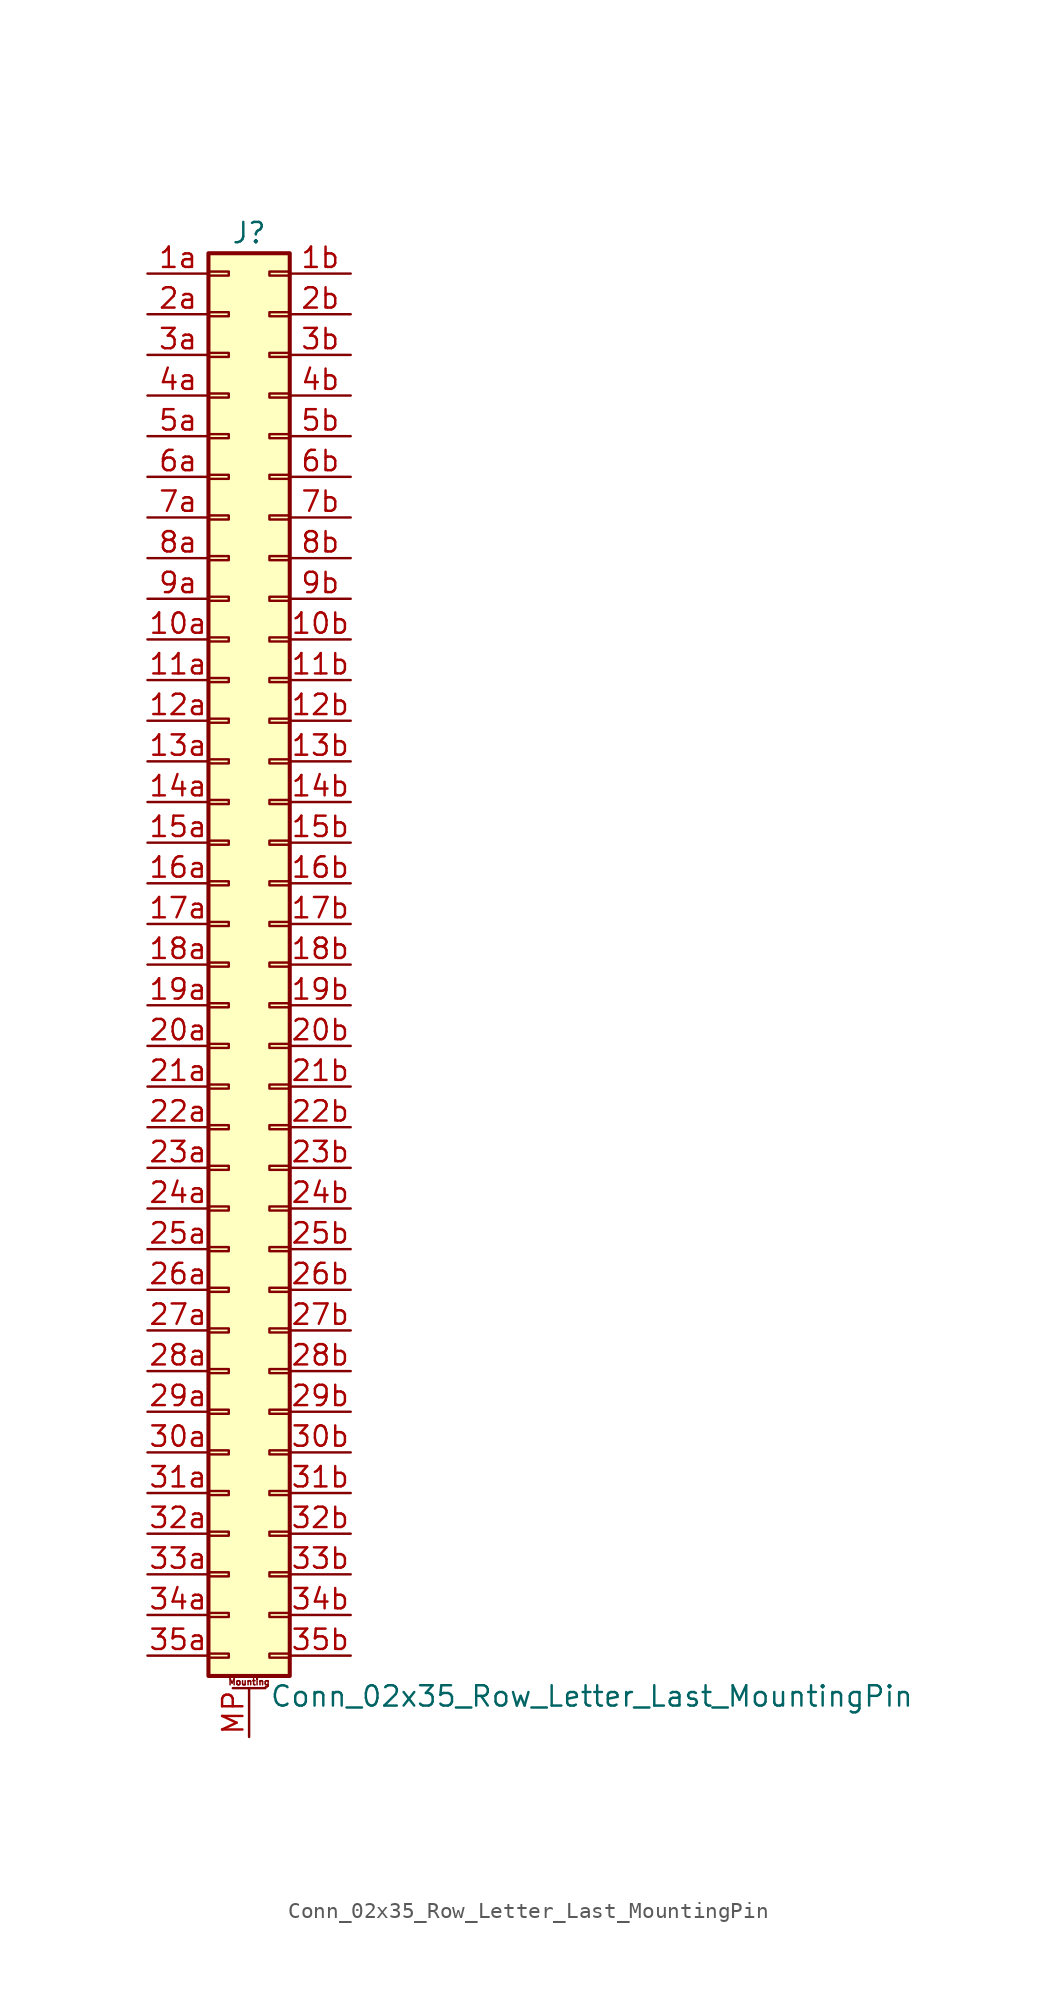
<source format=kicad_sym>
(kicad_symbol_lib
  (version 20201005)
  (generator kicad_symbol_editor)
  (symbol "Connector_Generic_MountingPin:Conn_02x35_Row_Letter_Last_MountingPin"
    (pin_names
      (offset 1.016) hide)
    (property "Reference" "J"
      (at 1.27 45.72 0)
      (effects (font (size 1.27 1.27))))
    (property "Value" "Conn_02x35_Row_Letter_Last_MountingPin"
      (at 2.54 -45.72 0)
      (effects (font (size 1.27 1.27)) (justify left)))
    (symbol "Conn_02x35_Row_Letter_Last_MountingPin_1_1"
      (text "Mounting" (at 1.27 -44.831 0) (effects (font (size 0.381 0.381))))
      (rectangle (start -1.27 -27.813) (end 0 -28.067) (stroke (width 0.152)) (fill (type none)))
      (rectangle (start -1.27 -30.353) (end 0 -30.607) (stroke (width 0.152)) (fill (type none)))
      (rectangle (start -1.27 -32.893) (end 0 -33.147) (stroke (width 0.152)) (fill (type none)))
      (rectangle (start -1.27 -35.433) (end 0 -35.687) (stroke (width 0.152)) (fill (type none)))
      (rectangle (start -1.27 -37.973) (end 0 -38.227) (stroke (width 0.152)) (fill (type none)))
      (rectangle (start -1.27 -40.513) (end 0 -40.767) (stroke (width 0.152)) (fill (type none)))
      (rectangle (start -1.27 -43.053) (end 0 -43.307) (stroke (width 0.152)) (fill (type none)))
      (rectangle (start -1.27 -4.953) (end 0 -5.207) (stroke (width 0.152)) (fill (type none)))
      (rectangle (start -1.27 -7.493) (end 0 -7.747) (stroke (width 0.152)) (fill (type none)))
      (rectangle (start -1.27 -10.033) (end 0 -10.287) (stroke (width 0.152)) (fill (type none)))
      (rectangle (start -1.27 -12.573) (end 0 -12.827) (stroke (width 0.152)) (fill (type none)))
      (rectangle (start -1.27 -15.113) (end 0 -15.367) (stroke (width 0.152)) (fill (type none)))
      (rectangle (start -1.27 -17.653) (end 0 -17.907) (stroke (width 0.152)) (fill (type none)))
      (rectangle (start -1.27 -20.193) (end 0 -20.447) (stroke (width 0.152)) (fill (type none)))
      (rectangle (start -1.27 -22.733) (end 0 -22.987) (stroke (width 0.152)) (fill (type none)))
      (rectangle (start -1.27 -2.413) (end 0 -2.667) (stroke (width 0.152)) (fill (type none)))
      (rectangle (start -1.27 -25.273) (end 0 -25.527) (stroke (width 0.152)) (fill (type none)))
      (rectangle (start -1.27 25.527) (end 0 25.273) (stroke (width 0.152)) (fill (type none)))
      (rectangle (start -1.27 2.667) (end 0 2.413) (stroke (width 0.152)) (fill (type none)))
      (rectangle (start -1.27 28.067) (end 0 27.813) (stroke (width 0.152)) (fill (type none)))
      (rectangle (start -1.27 30.607) (end 0 30.353) (stroke (width 0.152)) (fill (type none)))
      (rectangle (start -1.27 33.147) (end 0 32.893) (stroke (width 0.152)) (fill (type none)))
      (rectangle (start -1.27 35.687) (end 0 35.433) (stroke (width 0.152)) (fill (type none)))
      (rectangle (start -1.27 38.227) (end 0 37.973) (stroke (width 0.152)) (fill (type none)))
      (rectangle (start -1.27 40.767) (end 0 40.513) (stroke (width 0.152)) (fill (type none)))
      (rectangle (start -1.27 43.307) (end 0 43.053) (stroke (width 0.152)) (fill (type none)))
      (rectangle (start -1.27 44.45) (end 3.81 -44.45) (stroke (width 0.254)) (fill (type background)))
      (rectangle (start -1.27 5.207) (end 0 4.953) (stroke (width 0.152)) (fill (type none)))
      (rectangle (start -1.27 7.747) (end 0 7.493) (stroke (width 0.152)) (fill (type none)))
      (rectangle (start -1.27 10.287) (end 0 10.033) (stroke (width 0.152)) (fill (type none)))
      (rectangle (start -1.27 0.127) (end 0 -0.127) (stroke (width 0.152)) (fill (type none)))
      (rectangle (start -1.27 12.827) (end 0 12.573) (stroke (width 0.152)) (fill (type none)))
      (rectangle (start -1.27 15.367) (end 0 15.113) (stroke (width 0.152)) (fill (type none)))
      (rectangle (start -1.27 17.907) (end 0 17.653) (stroke (width 0.152)) (fill (type none)))
      (rectangle (start -1.27 20.447) (end 0 20.193) (stroke (width 0.152)) (fill (type none)))
      (rectangle (start -1.27 22.987) (end 0 22.733) (stroke (width 0.152)) (fill (type none)))
      (rectangle (start 3.81 -27.813) (end 2.54 -28.067) (stroke (width 0.152)) (fill (type none)))
      (rectangle (start 3.81 -30.353) (end 2.54 -30.607) (stroke (width 0.152)) (fill (type none)))
      (rectangle (start 3.81 -32.893) (end 2.54 -33.147) (stroke (width 0.152)) (fill (type none)))
      (rectangle (start 3.81 -35.433) (end 2.54 -35.687) (stroke (width 0.152)) (fill (type none)))
      (rectangle (start 3.81 -37.973) (end 2.54 -38.227) (stroke (width 0.152)) (fill (type none)))
      (rectangle (start 3.81 -40.513) (end 2.54 -40.767) (stroke (width 0.152)) (fill (type none)))
      (rectangle (start 3.81 -43.053) (end 2.54 -43.307) (stroke (width 0.152)) (fill (type none)))
      (rectangle (start 3.81 -4.953) (end 2.54 -5.207) (stroke (width 0.152)) (fill (type none)))
      (rectangle (start 3.81 -7.493) (end 2.54 -7.747) (stroke (width 0.152)) (fill (type none)))
      (rectangle (start 3.81 -10.033) (end 2.54 -10.287) (stroke (width 0.152)) (fill (type none)))
      (rectangle (start 3.81 -12.573) (end 2.54 -12.827) (stroke (width 0.152)) (fill (type none)))
      (rectangle (start 3.81 -15.113) (end 2.54 -15.367) (stroke (width 0.152)) (fill (type none)))
      (rectangle (start 3.81 -17.653) (end 2.54 -17.907) (stroke (width 0.152)) (fill (type none)))
      (rectangle (start 3.81 -20.193) (end 2.54 -20.447) (stroke (width 0.152)) (fill (type none)))
      (rectangle (start 3.81 -22.733) (end 2.54 -22.987) (stroke (width 0.152)) (fill (type none)))
      (rectangle (start 3.81 -2.413) (end 2.54 -2.667) (stroke (width 0.152)) (fill (type none)))
      (rectangle (start 3.81 -25.273) (end 2.54 -25.527) (stroke (width 0.152)) (fill (type none)))
      (rectangle (start 3.81 25.527) (end 2.54 25.273) (stroke (width 0.152)) (fill (type none)))
      (rectangle (start 3.81 2.667) (end 2.54 2.413) (stroke (width 0.152)) (fill (type none)))
      (rectangle (start 3.81 28.067) (end 2.54 27.813) (stroke (width 0.152)) (fill (type none)))
      (rectangle (start 3.81 30.607) (end 2.54 30.353) (stroke (width 0.152)) (fill (type none)))
      (rectangle (start 3.81 33.147) (end 2.54 32.893) (stroke (width 0.152)) (fill (type none)))
      (rectangle (start 3.81 35.687) (end 2.54 35.433) (stroke (width 0.152)) (fill (type none)))
      (rectangle (start 3.81 38.227) (end 2.54 37.973) (stroke (width 0.152)) (fill (type none)))
      (rectangle (start 3.81 40.767) (end 2.54 40.513) (stroke (width 0.152)) (fill (type none)))
      (rectangle (start 3.81 43.307) (end 2.54 43.053) (stroke (width 0.152)) (fill (type none)))
      (rectangle (start 3.81 5.207) (end 2.54 4.953) (stroke (width 0.152)) (fill (type none)))
      (rectangle (start 3.81 7.747) (end 2.54 7.493) (stroke (width 0.152)) (fill (type none)))
      (rectangle (start 3.81 10.287) (end 2.54 10.033) (stroke (width 0.152)) (fill (type none)))
      (rectangle (start 3.81 0.127) (end 2.54 -0.127) (stroke (width 0.152)) (fill (type none)))
      (rectangle (start 3.81 12.827) (end 2.54 12.573) (stroke (width 0.152)) (fill (type none)))
      (rectangle (start 3.81 15.367) (end 2.54 15.113) (stroke (width 0.152)) (fill (type none)))
      (rectangle (start 3.81 17.907) (end 2.54 17.653) (stroke (width 0.152)) (fill (type none)))
      (rectangle (start 3.81 20.447) (end 2.54 20.193) (stroke (width 0.152)) (fill (type none)))
      (rectangle (start 3.81 22.987) (end 2.54 22.733) (stroke (width 0.152)) (fill (type none)))
      (polyline (pts (xy 0.254 -45.212) (xy 2.286 -45.212)) (stroke (width 0.152)) (fill (type none)))
      (pin passive line (at 1.27 -48.26 90) (length 3.048) (name "MountPin" (effects (font (size 1.27 1.27)))) (number "MP" (effects (font (size 1.27 1.27)))))
      (pin passive line (at -5.08 20.32 0) (length 3.81) (name "Pin_10a" (effects (font (size 1.27 1.27)))) (number "10a" (effects (font (size 1.27 1.27)))))
      (pin passive line (at 7.62 20.32 180) (length 3.81) (name "Pin_10b" (effects (font (size 1.27 1.27)))) (number "10b" (effects (font (size 1.27 1.27)))))
      (pin passive line (at -5.08 17.78 0) (length 3.81) (name "Pin_11a" (effects (font (size 1.27 1.27)))) (number "11a" (effects (font (size 1.27 1.27)))))
      (pin passive line (at 7.62 17.78 180) (length 3.81) (name "Pin_11b" (effects (font (size 1.27 1.27)))) (number "11b" (effects (font (size 1.27 1.27)))))
      (pin passive line (at -5.08 15.24 0) (length 3.81) (name "Pin_12a" (effects (font (size 1.27 1.27)))) (number "12a" (effects (font (size 1.27 1.27)))))
      (pin passive line (at 7.62 15.24 180) (length 3.81) (name "Pin_12b" (effects (font (size 1.27 1.27)))) (number "12b" (effects (font (size 1.27 1.27)))))
      (pin passive line (at -5.08 12.7 0) (length 3.81) (name "Pin_13a" (effects (font (size 1.27 1.27)))) (number "13a" (effects (font (size 1.27 1.27)))))
      (pin passive line (at 7.62 12.7 180) (length 3.81) (name "Pin_13b" (effects (font (size 1.27 1.27)))) (number "13b" (effects (font (size 1.27 1.27)))))
      (pin passive line (at -5.08 10.16 0) (length 3.81) (name "Pin_14a" (effects (font (size 1.27 1.27)))) (number "14a" (effects (font (size 1.27 1.27)))))
      (pin passive line (at 7.62 10.16 180) (length 3.81) (name "Pin_14b" (effects (font (size 1.27 1.27)))) (number "14b" (effects (font (size 1.27 1.27)))))
      (pin passive line (at -5.08 7.62 0) (length 3.81) (name "Pin_15a" (effects (font (size 1.27 1.27)))) (number "15a" (effects (font (size 1.27 1.27)))))
      (pin passive line (at 7.62 7.62 180) (length 3.81) (name "Pin_15b" (effects (font (size 1.27 1.27)))) (number "15b" (effects (font (size 1.27 1.27)))))
      (pin passive line (at -5.08 5.08 0) (length 3.81) (name "Pin_16a" (effects (font (size 1.27 1.27)))) (number "16a" (effects (font (size 1.27 1.27)))))
      (pin passive line (at 7.62 5.08 180) (length 3.81) (name "Pin_16b" (effects (font (size 1.27 1.27)))) (number "16b" (effects (font (size 1.27 1.27)))))
      (pin passive line (at -5.08 2.54 0) (length 3.81) (name "Pin_17a" (effects (font (size 1.27 1.27)))) (number "17a" (effects (font (size 1.27 1.27)))))
      (pin passive line (at 7.62 2.54 180) (length 3.81) (name "Pin_17b" (effects (font (size 1.27 1.27)))) (number "17b" (effects (font (size 1.27 1.27)))))
      (pin passive line (at -5.08 0 0) (length 3.81) (name "Pin_18a" (effects (font (size 1.27 1.27)))) (number "18a" (effects (font (size 1.27 1.27)))))
      (pin passive line (at 7.62 0 180) (length 3.81) (name "Pin_18b" (effects (font (size 1.27 1.27)))) (number "18b" (effects (font (size 1.27 1.27)))))
      (pin passive line (at -5.08 -2.54 0) (length 3.81) (name "Pin_19a" (effects (font (size 1.27 1.27)))) (number "19a" (effects (font (size 1.27 1.27)))))
      (pin passive line (at 7.62 -2.54 180) (length 3.81) (name "Pin_19b" (effects (font (size 1.27 1.27)))) (number "19b" (effects (font (size 1.27 1.27)))))
      (pin passive line (at -5.08 43.18 0) (length 3.81) (name "Pin_1a" (effects (font (size 1.27 1.27)))) (number "1a" (effects (font (size 1.27 1.27)))))
      (pin passive line (at 7.62 43.18 180) (length 3.81) (name "Pin_1b" (effects (font (size 1.27 1.27)))) (number "1b" (effects (font (size 1.27 1.27)))))
      (pin passive line (at -5.08 -5.08 0) (length 3.81) (name "Pin_20a" (effects (font (size 1.27 1.27)))) (number "20a" (effects (font (size 1.27 1.27)))))
      (pin passive line (at 7.62 -5.08 180) (length 3.81) (name "Pin_20b" (effects (font (size 1.27 1.27)))) (number "20b" (effects (font (size 1.27 1.27)))))
      (pin passive line (at -5.08 -7.62 0) (length 3.81) (name "Pin_21a" (effects (font (size 1.27 1.27)))) (number "21a" (effects (font (size 1.27 1.27)))))
      (pin passive line (at 7.62 -7.62 180) (length 3.81) (name "Pin_21b" (effects (font (size 1.27 1.27)))) (number "21b" (effects (font (size 1.27 1.27)))))
      (pin passive line (at -5.08 -10.16 0) (length 3.81) (name "Pin_22a" (effects (font (size 1.27 1.27)))) (number "22a" (effects (font (size 1.27 1.27)))))
      (pin passive line (at 7.62 -10.16 180) (length 3.81) (name "Pin_22b" (effects (font (size 1.27 1.27)))) (number "22b" (effects (font (size 1.27 1.27)))))
      (pin passive line (at -5.08 -12.7 0) (length 3.81) (name "Pin_23a" (effects (font (size 1.27 1.27)))) (number "23a" (effects (font (size 1.27 1.27)))))
      (pin passive line (at 7.62 -12.7 180) (length 3.81) (name "Pin_23b" (effects (font (size 1.27 1.27)))) (number "23b" (effects (font (size 1.27 1.27)))))
      (pin passive line (at -5.08 -15.24 0) (length 3.81) (name "Pin_24a" (effects (font (size 1.27 1.27)))) (number "24a" (effects (font (size 1.27 1.27)))))
      (pin passive line (at 7.62 -15.24 180) (length 3.81) (name "Pin_24b" (effects (font (size 1.27 1.27)))) (number "24b" (effects (font (size 1.27 1.27)))))
      (pin passive line (at -5.08 -17.78 0) (length 3.81) (name "Pin_25a" (effects (font (size 1.27 1.27)))) (number "25a" (effects (font (size 1.27 1.27)))))
      (pin passive line (at 7.62 -17.78 180) (length 3.81) (name "Pin_25b" (effects (font (size 1.27 1.27)))) (number "25b" (effects (font (size 1.27 1.27)))))
      (pin passive line (at -5.08 -20.32 0) (length 3.81) (name "Pin_26a" (effects (font (size 1.27 1.27)))) (number "26a" (effects (font (size 1.27 1.27)))))
      (pin passive line (at 7.62 -20.32 180) (length 3.81) (name "Pin_26b" (effects (font (size 1.27 1.27)))) (number "26b" (effects (font (size 1.27 1.27)))))
      (pin passive line (at -5.08 -22.86 0) (length 3.81) (name "Pin_27a" (effects (font (size 1.27 1.27)))) (number "27a" (effects (font (size 1.27 1.27)))))
      (pin passive line (at 7.62 -22.86 180) (length 3.81) (name "Pin_27b" (effects (font (size 1.27 1.27)))) (number "27b" (effects (font (size 1.27 1.27)))))
      (pin passive line (at -5.08 -25.4 0) (length 3.81) (name "Pin_28a" (effects (font (size 1.27 1.27)))) (number "28a" (effects (font (size 1.27 1.27)))))
      (pin passive line (at 7.62 -25.4 180) (length 3.81) (name "Pin_28b" (effects (font (size 1.27 1.27)))) (number "28b" (effects (font (size 1.27 1.27)))))
      (pin passive line (at -5.08 -27.94 0) (length 3.81) (name "Pin_29a" (effects (font (size 1.27 1.27)))) (number "29a" (effects (font (size 1.27 1.27)))))
      (pin passive line (at 7.62 -27.94 180) (length 3.81) (name "Pin_29b" (effects (font (size 1.27 1.27)))) (number "29b" (effects (font (size 1.27 1.27)))))
      (pin passive line (at -5.08 40.64 0) (length 3.81) (name "Pin_2a" (effects (font (size 1.27 1.27)))) (number "2a" (effects (font (size 1.27 1.27)))))
      (pin passive line (at 7.62 40.64 180) (length 3.81) (name "Pin_2b" (effects (font (size 1.27 1.27)))) (number "2b" (effects (font (size 1.27 1.27)))))
      (pin passive line (at -5.08 -30.48 0) (length 3.81) (name "Pin_30a" (effects (font (size 1.27 1.27)))) (number "30a" (effects (font (size 1.27 1.27)))))
      (pin passive line (at 7.62 -30.48 180) (length 3.81) (name "Pin_30b" (effects (font (size 1.27 1.27)))) (number "30b" (effects (font (size 1.27 1.27)))))
      (pin passive line (at -5.08 -33.02 0) (length 3.81) (name "Pin_31a" (effects (font (size 1.27 1.27)))) (number "31a" (effects (font (size 1.27 1.27)))))
      (pin passive line (at 7.62 -33.02 180) (length 3.81) (name "Pin_31b" (effects (font (size 1.27 1.27)))) (number "31b" (effects (font (size 1.27 1.27)))))
      (pin passive line (at -5.08 -35.56 0) (length 3.81) (name "Pin_32a" (effects (font (size 1.27 1.27)))) (number "32a" (effects (font (size 1.27 1.27)))))
      (pin passive line (at 7.62 -35.56 180) (length 3.81) (name "Pin_32b" (effects (font (size 1.27 1.27)))) (number "32b" (effects (font (size 1.27 1.27)))))
      (pin passive line (at -5.08 -38.1 0) (length 3.81) (name "Pin_33a" (effects (font (size 1.27 1.27)))) (number "33a" (effects (font (size 1.27 1.27)))))
      (pin passive line (at 7.62 -38.1 180) (length 3.81) (name "Pin_33b" (effects (font (size 1.27 1.27)))) (number "33b" (effects (font (size 1.27 1.27)))))
      (pin passive line (at -5.08 -40.64 0) (length 3.81) (name "Pin_34a" (effects (font (size 1.27 1.27)))) (number "34a" (effects (font (size 1.27 1.27)))))
      (pin passive line (at 7.62 -40.64 180) (length 3.81) (name "Pin_34b" (effects (font (size 1.27 1.27)))) (number "34b" (effects (font (size 1.27 1.27)))))
      (pin passive line (at -5.08 -43.18 0) (length 3.81) (name "Pin_35a" (effects (font (size 1.27 1.27)))) (number "35a" (effects (font (size 1.27 1.27)))))
      (pin passive line (at 7.62 -43.18 180) (length 3.81) (name "Pin_35b" (effects (font (size 1.27 1.27)))) (number "35b" (effects (font (size 1.27 1.27)))))
      (pin passive line (at -5.08 38.1 0) (length 3.81) (name "Pin_3a" (effects (font (size 1.27 1.27)))) (number "3a" (effects (font (size 1.27 1.27)))))
      (pin passive line (at 7.62 38.1 180) (length 3.81) (name "Pin_3b" (effects (font (size 1.27 1.27)))) (number "3b" (effects (font (size 1.27 1.27)))))
      (pin passive line (at -5.08 35.56 0) (length 3.81) (name "Pin_4a" (effects (font (size 1.27 1.27)))) (number "4a" (effects (font (size 1.27 1.27)))))
      (pin passive line (at 7.62 35.56 180) (length 3.81) (name "Pin_4b" (effects (font (size 1.27 1.27)))) (number "4b" (effects (font (size 1.27 1.27)))))
      (pin passive line (at -5.08 33.02 0) (length 3.81) (name "Pin_5a" (effects (font (size 1.27 1.27)))) (number "5a" (effects (font (size 1.27 1.27)))))
      (pin passive line (at 7.62 33.02 180) (length 3.81) (name "Pin_5b" (effects (font (size 1.27 1.27)))) (number "5b" (effects (font (size 1.27 1.27)))))
      (pin passive line (at -5.08 30.48 0) (length 3.81) (name "Pin_6a" (effects (font (size 1.27 1.27)))) (number "6a" (effects (font (size 1.27 1.27)))))
      (pin passive line (at 7.62 30.48 180) (length 3.81) (name "Pin_6b" (effects (font (size 1.27 1.27)))) (number "6b" (effects (font (size 1.27 1.27)))))
      (pin passive line (at -5.08 27.94 0) (length 3.81) (name "Pin_7a" (effects (font (size 1.27 1.27)))) (number "7a" (effects (font (size 1.27 1.27)))))
      (pin passive line (at 7.62 27.94 180) (length 3.81) (name "Pin_7b" (effects (font (size 1.27 1.27)))) (number "7b" (effects (font (size 1.27 1.27)))))
      (pin passive line (at -5.08 25.4 0) (length 3.81) (name "Pin_8a" (effects (font (size 1.27 1.27)))) (number "8a" (effects (font (size 1.27 1.27)))))
      (pin passive line (at 7.62 25.4 180) (length 3.81) (name "Pin_8b" (effects (font (size 1.27 1.27)))) (number "8b" (effects (font (size 1.27 1.27)))))
      (pin passive line (at -5.08 22.86 0) (length 3.81) (name "Pin_9a" (effects (font (size 1.27 1.27)))) (number "9a" (effects (font (size 1.27 1.27)))))
      (pin passive line (at 7.62 22.86 180) (length 3.81) (name "Pin_9b" (effects (font (size 1.27 1.27)))) (number "9b" (effects (font (size 1.27 1.27))))))))
</source>
